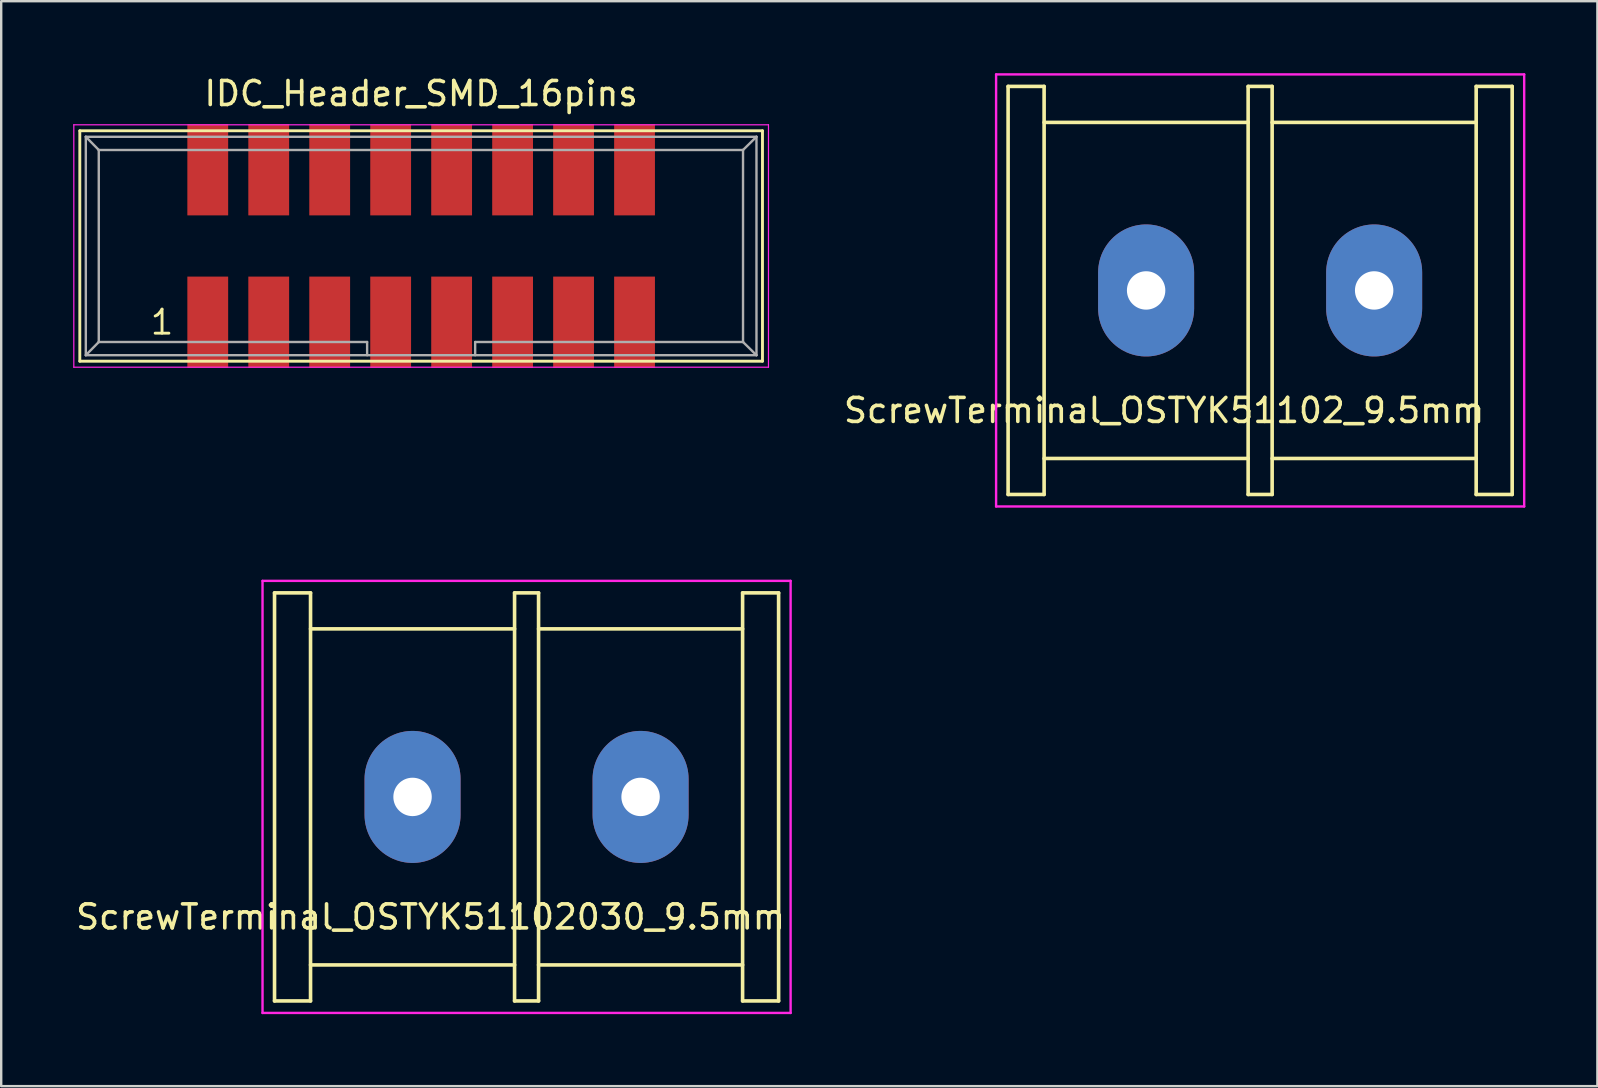
<source format=kicad_pcb>
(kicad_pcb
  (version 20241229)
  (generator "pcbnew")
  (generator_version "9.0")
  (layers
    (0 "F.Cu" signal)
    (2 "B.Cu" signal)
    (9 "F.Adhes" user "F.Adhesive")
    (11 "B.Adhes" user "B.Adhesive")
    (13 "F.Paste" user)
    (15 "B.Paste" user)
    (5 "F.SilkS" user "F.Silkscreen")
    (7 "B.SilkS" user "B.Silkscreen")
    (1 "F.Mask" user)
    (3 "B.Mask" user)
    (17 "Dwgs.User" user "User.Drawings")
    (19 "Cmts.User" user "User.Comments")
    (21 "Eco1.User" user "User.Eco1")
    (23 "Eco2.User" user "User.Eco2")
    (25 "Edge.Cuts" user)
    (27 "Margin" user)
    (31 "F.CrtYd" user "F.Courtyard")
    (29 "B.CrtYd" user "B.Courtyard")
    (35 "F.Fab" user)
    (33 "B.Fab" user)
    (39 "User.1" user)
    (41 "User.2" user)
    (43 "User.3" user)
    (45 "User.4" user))
  (footprint "ScrewTerminal_OSTYK51102030_9.5mm"
    (layer "F.Cu")
    (at 18.887 30.15)
    (property "Reference" "ScrewTerminal_OSTYK51102030_9.5mm" (at -4 5 0) (layer "F.SilkS") (effects (font (size 1 1) (thickness 0.15))))
    (attr through_hole)
    (fp_line (start -10.5 -8.5) (end -9 -8.5) (stroke (width 0.15) (type solid)) (layer "F.SilkS"))
    (fp_line (start -10.5 8.5) (end -10.5 -8.5) (stroke (width 0.15) (type solid)) (layer "F.SilkS"))
    (fp_line (start -10.5 8.5) (end -9 8.5) (stroke (width 0.15) (type solid)) (layer "F.SilkS"))
    (fp_line (start -9 -7) (end -0.5 -7) (stroke (width 0.15) (type solid)) (layer "F.SilkS"))
    (fp_line (start -9 7) (end -0.5 7) (stroke (width 0.15) (type solid)) (layer "F.SilkS"))
    (fp_line (start -9 8.5) (end -9 -8.5) (stroke (width 0.15) (type solid)) (layer "F.SilkS"))
    (fp_line (start -0.5 -8.5) (end -0.5 8.5) (stroke (width 0.15) (type solid)) (layer "F.SilkS"))
    (fp_line (start -0.5 -8.5) (end 0.5 -8.5) (stroke (width 0.15) (type solid)) (layer "F.SilkS"))
    (fp_line (start -0.5 8.5) (end 0.5 8.5) (stroke (width 0.15) (type solid)) (layer "F.SilkS"))
    (fp_line (start 0.5 -7) (end 9 -7) (stroke (width 0.15) (type solid)) (layer "F.SilkS"))
    (fp_line (start 0.5 7) (end 9 7) (stroke (width 0.15) (type solid)) (layer "F.SilkS"))
    (fp_line (start 0.5 8.5) (end 0.5 -8.5) (stroke (width 0.15) (type solid)) (layer "F.SilkS"))
    (fp_line (start 9 -8.5) (end 9 8.5) (stroke (width 0.15) (type solid)) (layer "F.SilkS"))
    (fp_line (start 9 -8.5) (end 10.5 -8.5) (stroke (width 0.15) (type solid)) (layer "F.SilkS"))
    (fp_line (start 9 8.5) (end 10.5 8.5) (stroke (width 0.15) (type solid)) (layer "F.SilkS"))
    (fp_line (start 10.5 -8.5) (end 10.5 8.5) (stroke (width 0.15) (type solid)) (layer "F.SilkS"))
    (fp_line (start -11 -9) (end 11 -9) (stroke (width 0.1) (type solid)) (layer "F.CrtYd"))
    (fp_line (start -11 9) (end -11 -9) (stroke (width 0.1) (type solid)) (layer "F.CrtYd"))
    (fp_line (start 11 -9) (end 11 9) (stroke (width 0.1) (type solid)) (layer "F.CrtYd"))
    (fp_line (start 11 9) (end -11 9) (stroke (width 0.1) (type solid)) (layer "F.CrtYd"))
    (pad "1" thru_hole oval (at -4.75 0) (size 4 5.5) (drill 1.6) (layers "*.Cu" "*.Mask"))
    (pad "2" thru_hole oval (at 4.75 0) (size 4 5.5) (drill 1.6) (layers "*.Cu" "*.Mask")))
  (footprint "IDC_Header_SMD_16pins"
    (layer "F.Cu")
    (at 5.605 8.468)
    (property "Reference" "IDC_Header_SMD_16pins" (at 8.89 -7.62 0) (layer "F.SilkS") (effects (font (size 1 1) (thickness 0.15))))
    (attr through_hole)
    (fp_line (start -5.33 -6.07) (end 23.11 -6.07) (stroke (width 0.12) (type solid)) (layer "F.SilkS"))
    (fp_line (start -5.33 3.53) (end -5.33 -6.07) (stroke (width 0.12) (type solid)) (layer "F.SilkS"))
    (fp_line (start 23.11 -6.07) (end 23.11 3.53) (stroke (width 0.12) (type solid)) (layer "F.SilkS"))
    (fp_line (start 23.11 3.53) (end -5.33 3.53) (stroke (width 0.12) (type solid)) (layer "F.SilkS"))
    (fp_line (start -5.58 -6.32) (end 23.36 -6.32) (stroke (width 0.05) (type solid)) (layer "F.CrtYd"))
    (fp_line (start -5.58 3.78) (end -5.58 -6.32) (stroke (width 0.05) (type solid)) (layer "F.CrtYd"))
    (fp_line (start 23.36 -6.32) (end 23.36 3.78) (stroke (width 0.05) (type solid)) (layer "F.CrtYd"))
    (fp_line (start 23.36 3.78) (end -5.58 3.78) (stroke (width 0.05) (type solid)) (layer "F.CrtYd"))
    (fp_line (start -5.08 -5.82) (end -5.08 3.28) (stroke (width 0.1) (type solid)) (layer "F.Fab"))
    (fp_line (start -5.08 -5.82) (end -4.54 -5.27) (stroke (width 0.1) (type solid)) (layer "F.Fab"))
    (fp_line (start -5.08 -5.82) (end 22.86 -5.82) (stroke (width 0.1) (type solid)) (layer "F.Fab"))
    (fp_line (start -5.08 3.28) (end -4.54 2.73) (stroke (width 0.1) (type solid)) (layer "F.Fab"))
    (fp_line (start -5.08 3.28) (end 22.86 3.28) (stroke (width 0.1) (type solid)) (layer "F.Fab"))
    (fp_line (start -4.54 -5.27) (end -4.54 2.73) (stroke (width 0.1) (type solid)) (layer "F.Fab"))
    (fp_line (start -4.54 -5.27) (end 22.3 -5.27) (stroke (width 0.1) (type solid)) (layer "F.Fab"))
    (fp_line (start -4.54 2.73) (end 6.64 2.73) (stroke (width 0.1) (type solid)) (layer "F.Fab"))
    (fp_line (start 6.64 2.73) (end 6.64 3.28) (stroke (width 0.1) (type solid)) (layer "F.Fab"))
    (fp_line (start 11.14 2.73) (end 11.14 3.28) (stroke (width 0.1) (type solid)) (layer "F.Fab"))
    (fp_line (start 11.14 2.73) (end 22.3 2.73) (stroke (width 0.1) (type solid)) (layer "F.Fab"))
    (fp_line (start 22.3 -5.27) (end 22.3 2.73) (stroke (width 0.1) (type solid)) (layer "F.Fab"))
    (fp_line (start 22.86 -5.82) (end 22.3 -5.27) (stroke (width 0.1) (type solid)) (layer "F.Fab"))
    (fp_line (start 22.86 -5.82) (end 22.86 3.28) (stroke (width 0.1) (type solid)) (layer "F.Fab"))
    (fp_line (start 22.86 3.28) (end 22.3 2.73) (stroke (width 0.1) (type solid)) (layer "F.Fab"))
    (fp_text user "1" (at -1.905 1.905 0) (layer "F.SilkS") (effects (font (size 1 1) (thickness 0.12))))
    (pad "1" smd rect (at 0 1.905) (size 1.7 3.8) (layers "F.Cu" "F.Mask" "F.Paste"))
    (pad "2" smd rect (at 0 -4.445) (size 1.7 3.8) (layers "F.Cu" "F.Mask" "F.Paste"))
    (pad "3" smd rect (at 2.54 1.905) (size 1.7 3.8) (layers "F.Cu" "F.Mask" "F.Paste"))
    (pad "4" smd rect (at 2.54 -4.445) (size 1.7 3.8) (layers "F.Cu" "F.Mask" "F.Paste"))
    (pad "5" smd rect (at 5.08 1.905) (size 1.7 3.8) (layers "F.Cu" "F.Mask" "F.Paste"))
    (pad "6" smd rect (at 5.08 -4.445) (size 1.7 3.8) (layers "F.Cu" "F.Mask" "F.Paste"))
    (pad "7" smd rect (at 7.62 1.905) (size 1.7 3.8) (layers "F.Cu" "F.Mask" "F.Paste"))
    (pad "8" smd rect (at 7.62 -4.445) (size 1.7 3.8) (layers "F.Cu" "F.Mask" "F.Paste"))
    (pad "9" smd rect (at 10.16 1.905) (size 1.7 3.8) (layers "F.Cu" "F.Mask" "F.Paste"))
    (pad "10" smd rect (at 10.16 -4.445) (size 1.7 3.8) (layers "F.Cu" "F.Mask" "F.Paste"))
    (pad "11" smd rect (at 12.7 1.905) (size 1.7 3.8) (layers "F.Cu" "F.Mask" "F.Paste"))
    (pad "12" smd rect (at 12.7 -4.445) (size 1.7 3.8) (layers "F.Cu" "F.Mask" "F.Paste"))
    (pad "13" smd rect (at 15.24 1.905) (size 1.7 3.8) (layers "F.Cu" "F.Mask" "F.Paste"))
    (pad "14" smd rect (at 15.24 -4.445) (size 1.7 3.8) (layers "F.Cu" "F.Mask" "F.Paste"))
    (pad "15" smd rect (at 17.78 1.905) (size 1.7 3.8) (layers "F.Cu" "F.Mask" "F.Paste"))
    (pad "16" smd rect (at 17.78 -4.445) (size 1.7 3.8) (layers "F.Cu" "F.Mask" "F.Paste")))
  (footprint "ScrewTerminal_OSTYK51102_9.5mm"
    (layer "F.Cu")
    (at 49.448 9.05)
    (property "Reference" "ScrewTerminal_OSTYK51102_9.5mm" (at -4 5 0) (layer "F.SilkS") (effects (font (size 1 1) (thickness 0.15))))
    (attr through_hole)
    (fp_line (start -10.5 -8.5) (end -9 -8.5) (stroke (width 0.15) (type solid)) (layer "F.SilkS"))
    (fp_line (start -10.5 8.5) (end -10.5 -8.5) (stroke (width 0.15) (type solid)) (layer "F.SilkS"))
    (fp_line (start -10.5 8.5) (end -9 8.5) (stroke (width 0.15) (type solid)) (layer "F.SilkS"))
    (fp_line (start -9 -7) (end -0.5 -7) (stroke (width 0.15) (type solid)) (layer "F.SilkS"))
    (fp_line (start -9 7) (end -0.5 7) (stroke (width 0.15) (type solid)) (layer "F.SilkS"))
    (fp_line (start -9 8.5) (end -9 -8.5) (stroke (width 0.15) (type solid)) (layer "F.SilkS"))
    (fp_line (start -0.5 -8.5) (end -0.5 8.5) (stroke (width 0.15) (type solid)) (layer "F.SilkS"))
    (fp_line (start -0.5 -8.5) (end 0.5 -8.5) (stroke (width 0.15) (type solid)) (layer "F.SilkS"))
    (fp_line (start -0.5 8.5) (end 0.5 8.5) (stroke (width 0.15) (type solid)) (layer "F.SilkS"))
    (fp_line (start 0.5 -7) (end 9 -7) (stroke (width 0.15) (type solid)) (layer "F.SilkS"))
    (fp_line (start 0.5 7) (end 9 7) (stroke (width 0.15) (type solid)) (layer "F.SilkS"))
    (fp_line (start 0.5 8.5) (end 0.5 -8.5) (stroke (width 0.15) (type solid)) (layer "F.SilkS"))
    (fp_line (start 9 -8.5) (end 9 8.5) (stroke (width 0.15) (type solid)) (layer "F.SilkS"))
    (fp_line (start 9 -8.5) (end 10.5 -8.5) (stroke (width 0.15) (type solid)) (layer "F.SilkS"))
    (fp_line (start 9 8.5) (end 10.5 8.5) (stroke (width 0.15) (type solid)) (layer "F.SilkS"))
    (fp_line (start 10.5 -8.5) (end 10.5 8.5) (stroke (width 0.15) (type solid)) (layer "F.SilkS"))
    (fp_line (start -11 -9) (end 11 -9) (stroke (width 0.1) (type solid)) (layer "F.CrtYd"))
    (fp_line (start -11 9) (end -11 -9) (stroke (width 0.1) (type solid)) (layer "F.CrtYd"))
    (fp_line (start 11 -9) (end 11 9) (stroke (width 0.1) (type solid)) (layer "F.CrtYd"))
    (fp_line (start 11 9) (end -11 9) (stroke (width 0.1) (type solid)) (layer "F.CrtYd"))
    (pad "1" thru_hole oval (at -4.75 0) (size 4 5.5) (drill 1.6) (layers "*.Cu" "*.Mask"))
    (pad "2" thru_hole oval (at 4.75 0) (size 4 5.5) (drill 1.6) (layers "*.Cu" "*.Mask")))
  (gr_rect
    (start -3 -3)
    (end 63.498 42.2)
    (stroke (width 0.1) (type default))
    (fill no)
    (layer "Edge.Cuts")))
</source>
